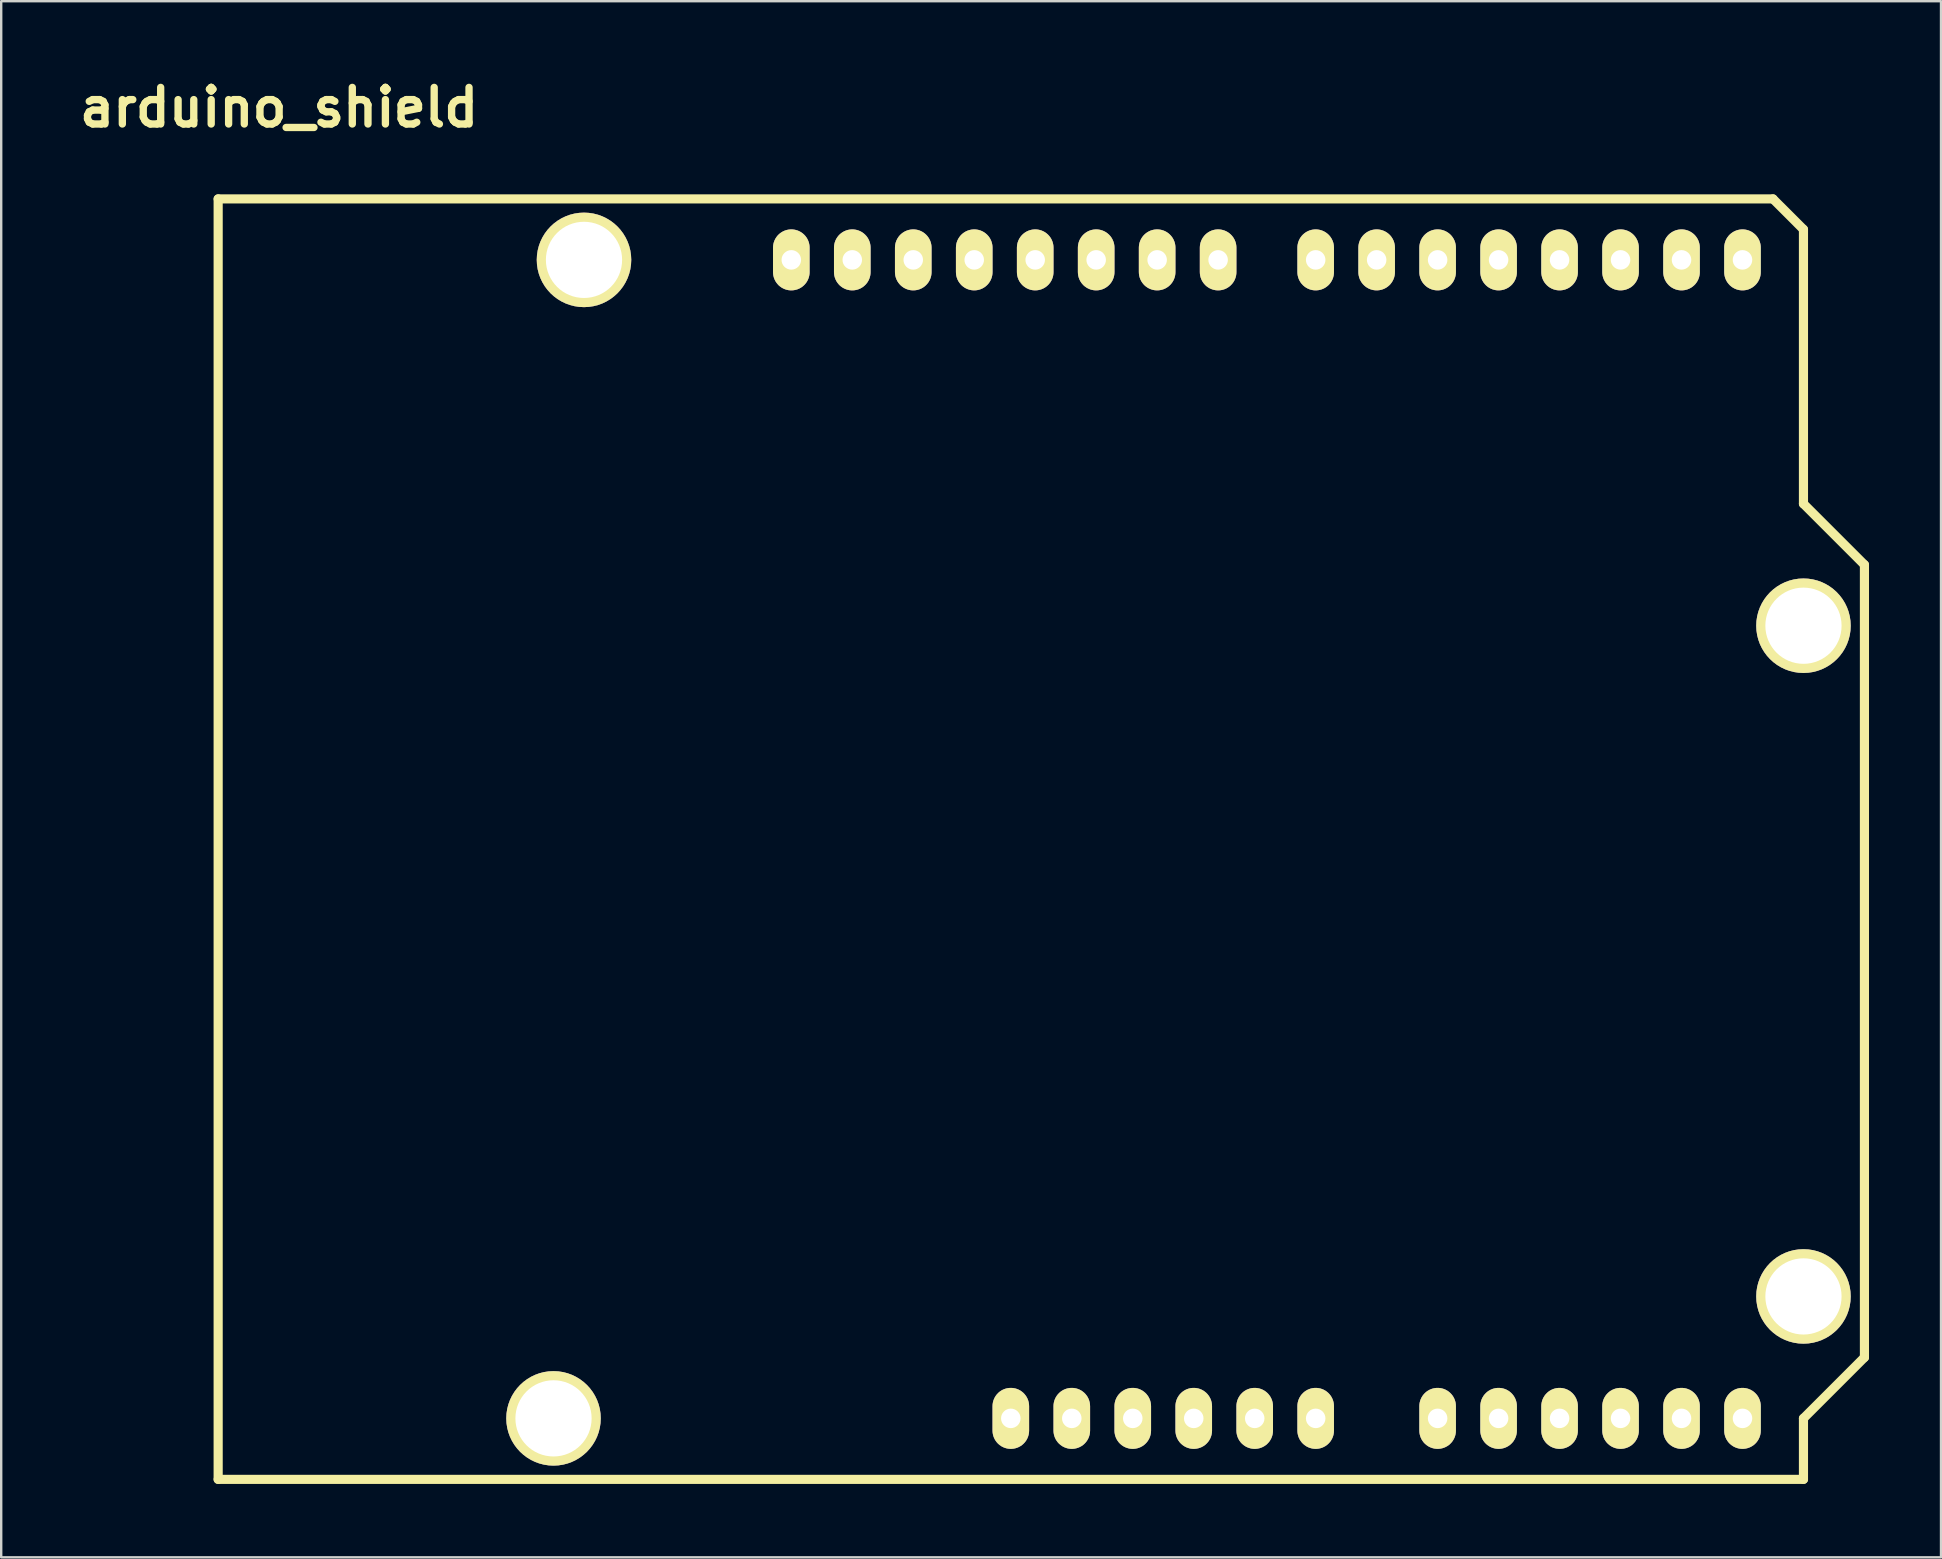
<source format=kicad_pcb>
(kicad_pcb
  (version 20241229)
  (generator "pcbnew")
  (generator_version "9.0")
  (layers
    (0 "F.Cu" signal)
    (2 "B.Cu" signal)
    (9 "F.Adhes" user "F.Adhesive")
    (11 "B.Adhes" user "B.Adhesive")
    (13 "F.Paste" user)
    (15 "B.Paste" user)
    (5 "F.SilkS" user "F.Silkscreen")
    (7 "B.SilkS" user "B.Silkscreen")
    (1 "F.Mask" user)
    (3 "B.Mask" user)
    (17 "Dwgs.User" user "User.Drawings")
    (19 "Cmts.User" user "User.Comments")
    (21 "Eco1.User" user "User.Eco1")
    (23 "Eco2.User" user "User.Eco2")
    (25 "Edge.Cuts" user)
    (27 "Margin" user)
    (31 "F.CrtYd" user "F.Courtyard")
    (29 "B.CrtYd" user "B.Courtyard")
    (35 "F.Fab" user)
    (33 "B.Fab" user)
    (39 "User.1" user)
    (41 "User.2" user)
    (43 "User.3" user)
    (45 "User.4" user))
  (footprint "arduino_shield"
    (layer "F.Cu")
    (at 6.038 58.576)
    (property "Reference" "arduino_shield" (at 2.54 -57.15 0) (layer "F.SilkS") (effects (font (size 1.524 1.524) (thickness 0.305))))
    (attr through_hole)
    (fp_line (start 0 0) (end 0 -53.34) (stroke (width 0.381) (type solid)) (layer "F.SilkS"))
    (fp_line (start 64.77 -53.34) (end 0 -53.34) (stroke (width 0.381) (type solid)) (layer "F.SilkS"))
    (fp_line (start 66.04 -52.07) (end 64.77 -53.34) (stroke (width 0.381) (type solid)) (layer "F.SilkS"))
    (fp_line (start 66.04 -40.64) (end 66.04 -52.07) (stroke (width 0.381) (type solid)) (layer "F.SilkS"))
    (fp_line (start 66.04 -40.64) (end 68.58 -38.1) (stroke (width 0.381) (type solid)) (layer "F.SilkS"))
    (fp_line (start 66.04 -2.54) (end 66.04 0) (stroke (width 0.381) (type solid)) (layer "F.SilkS"))
    (fp_line (start 66.04 0) (end 0 0) (stroke (width 0.381) (type solid)) (layer "F.SilkS"))
    (fp_line (start 68.58 -38.1) (end 68.58 -5.08) (stroke (width 0.381) (type solid)) (layer "F.SilkS"))
    (fp_line (start 68.58 -5.08) (end 66.04 -2.54) (stroke (width 0.381) (type solid)) (layer "F.SilkS"))
    (pad "" thru_hole circle (at 13.97 -2.54 90) (size 3.937 3.937) (drill 3.175) (layers "*.Cu" "*.Mask" "F.SilkS"))
    (pad "" thru_hole circle (at 15.24 -50.8 90) (size 3.937 3.937) (drill 3.175) (layers "*.Cu" "*.Mask" "F.SilkS"))
    (pad "" thru_hole circle (at 66.04 -35.56 90) (size 3.937 3.937) (drill 3.175) (layers "*.Cu" "*.Mask" "F.SilkS"))
    (pad "" thru_hole circle (at 66.04 -7.62 90) (size 3.937 3.937) (drill 3.175) (layers "*.Cu" "*.Mask" "F.SilkS"))
    (pad "0" thru_hole oval (at 63.5 -50.8 90) (size 2.54 1.524) (drill 0.813) (layers "*.Cu" "*.Mask" "F.SilkS"))
    (pad "1" thru_hole oval (at 60.96 -50.8 90) (size 2.54 1.524) (drill 0.813) (layers "*.Cu" "*.Mask" "F.SilkS"))
    (pad "2" thru_hole oval (at 58.42 -50.8 90) (size 2.54 1.524) (drill 0.813) (layers "*.Cu" "*.Mask" "F.SilkS"))
    (pad "3" thru_hole oval (at 55.88 -50.8 90) (size 2.54 1.524) (drill 0.813) (layers "*.Cu" "*.Mask" "F.SilkS"))
    (pad "3V3" thru_hole oval (at 35.56 -2.54 90) (size 2.54 1.524) (drill 0.813) (layers "*.Cu" "*.Mask" "F.SilkS"))
    (pad "4" thru_hole oval (at 53.34 -50.8 90) (size 2.54 1.524) (drill 0.813) (layers "*.Cu" "*.Mask" "F.SilkS"))
    (pad "5" thru_hole oval (at 50.8 -50.8 90) (size 2.54 1.524) (drill 0.813) (layers "*.Cu" "*.Mask" "F.SilkS"))
    (pad "5V" thru_hole oval (at 38.1 -2.54 90) (size 2.54 1.524) (drill 0.813) (layers "*.Cu" "*.Mask" "F.SilkS"))
    (pad "6" thru_hole oval (at 48.26 -50.8 90) (size 2.54 1.524) (drill 0.813) (layers "*.Cu" "*.Mask" "F.SilkS"))
    (pad "7" thru_hole oval (at 45.72 -50.8 90) (size 2.54 1.524) (drill 0.813) (layers "*.Cu" "*.Mask" "F.SilkS"))
    (pad "8" thru_hole oval (at 41.656 -50.8 90) (size 2.54 1.524) (drill 0.813) (layers "*.Cu" "*.Mask" "F.SilkS"))
    (pad "9" thru_hole oval (at 39.116 -50.8 90) (size 2.54 1.524) (drill 0.813) (layers "*.Cu" "*.Mask" "F.SilkS"))
    (pad "10" thru_hole oval (at 36.576 -50.8 90) (size 2.54 1.524) (drill 0.813) (layers "*.Cu" "*.Mask" "F.SilkS"))
    (pad "11" thru_hole oval (at 34.036 -50.8 90) (size 2.54 1.524) (drill 0.813) (layers "*.Cu" "*.Mask" "F.SilkS"))
    (pad "12" thru_hole oval (at 31.496 -50.8 90) (size 2.54 1.524) (drill 0.813) (layers "*.Cu" "*.Mask" "F.SilkS"))
    (pad "13" thru_hole oval (at 28.956 -50.8 90) (size 2.54 1.524) (drill 0.813) (layers "*.Cu" "*.Mask" "F.SilkS"))
    (pad "AD0" thru_hole oval (at 50.8 -2.54 90) (size 2.54 1.524) (drill 0.813) (layers "*.Cu" "*.Mask" "F.SilkS"))
    (pad "AD1" thru_hole oval (at 53.34 -2.54 90) (size 2.54 1.524) (drill 0.813) (layers "*.Cu" "*.Mask" "F.SilkS"))
    (pad "AD2" thru_hole oval (at 55.88 -2.54 90) (size 2.54 1.524) (drill 0.813) (layers "*.Cu" "*.Mask" "F.SilkS"))
    (pad "AD3" thru_hole oval (at 58.42 -2.54 90) (size 2.54 1.524) (drill 0.813) (layers "*.Cu" "*.Mask" "F.SilkS"))
    (pad "AD4" thru_hole oval (at 60.96 -2.54 90) (size 2.54 1.524) (drill 0.813) (layers "*.Cu" "*.Mask" "F.SilkS"))
    (pad "AD5" thru_hole oval (at 63.5 -2.54 90) (size 2.54 1.524) (drill 0.813) (layers "*.Cu" "*.Mask" "F.SilkS"))
    (pad "AREF" thru_hole oval (at 23.876 -50.8 90) (size 2.54 1.524) (drill 0.813) (layers "*.Cu" "*.Mask" "F.SilkS"))
    (pad "GND1" thru_hole oval (at 26.416 -50.8 90) (size 2.54 1.524) (drill 0.813) (layers "*.Cu" "*.Mask" "F.SilkS"))
    (pad "GND1" thru_hole oval (at 40.64 -2.54 90) (size 2.54 1.524) (drill 0.813) (layers "*.Cu" "*.Mask" "F.SilkS"))
    (pad "GND1" thru_hole oval (at 43.18 -2.54 90) (size 2.54 1.524) (drill 0.813) (layers "*.Cu" "*.Mask" "F.SilkS"))
    (pad "RST" thru_hole oval (at 33.02 -2.54 90) (size 2.54 1.524) (drill 0.813) (layers "*.Cu" "*.Mask" "F.SilkS"))
    (pad "V_IN" thru_hole oval (at 45.72 -2.54 90) (size 2.54 1.524) (drill 0.813) (layers "*.Cu" "*.Mask" "F.SilkS")))
  (gr_rect
    (start -3 -3)
    (end 77.808 61.826)
    (stroke (width 0.1) (type default))
    (fill no)
    (layer "Edge.Cuts")))
</source>
